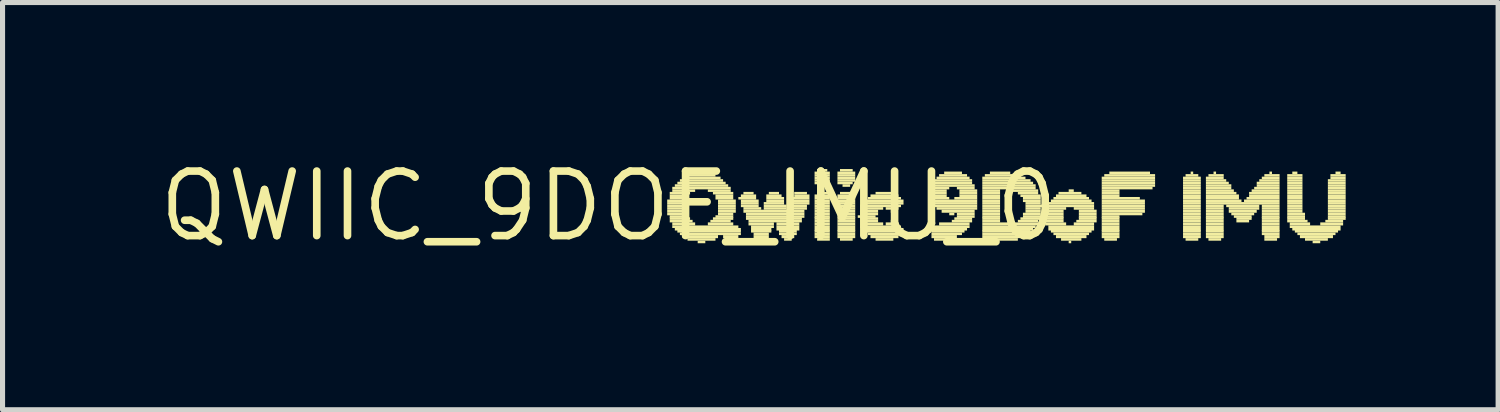
<source format=kicad_pcb>
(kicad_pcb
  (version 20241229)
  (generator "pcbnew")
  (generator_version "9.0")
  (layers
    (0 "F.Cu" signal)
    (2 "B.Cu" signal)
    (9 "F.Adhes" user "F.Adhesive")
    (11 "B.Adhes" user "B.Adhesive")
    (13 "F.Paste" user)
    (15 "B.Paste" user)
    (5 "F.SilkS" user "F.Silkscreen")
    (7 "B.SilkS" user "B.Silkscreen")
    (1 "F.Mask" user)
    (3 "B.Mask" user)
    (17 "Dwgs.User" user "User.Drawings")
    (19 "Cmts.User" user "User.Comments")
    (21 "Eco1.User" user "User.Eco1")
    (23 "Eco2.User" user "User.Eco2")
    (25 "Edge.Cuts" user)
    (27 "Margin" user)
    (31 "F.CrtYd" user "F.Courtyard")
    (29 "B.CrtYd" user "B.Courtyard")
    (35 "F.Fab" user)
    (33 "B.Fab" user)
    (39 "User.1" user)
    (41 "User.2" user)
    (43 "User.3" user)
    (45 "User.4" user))
  (footprint "QWIIC_9DOF_IMU_0"
    (layer "F.Cu")
    (at 8.928 1.006)
    (property "Reference" "QWIIC_9DOF_IMU_0" (at 0 0 0) (layer "F.SilkS") (effects (font (size 1.27 1.27) (thickness 0.15))))
    (fp_poly (pts (xy 1.15 -0.08) (xy 1.5 -0.08) (xy 1.5 -0.13) (xy 1.15 -0.13)) (stroke (width 0) (type solid)) (fill yes) (layer "F.SilkS"))
    (fp_poly (pts (xy 1.15 -0.03) (xy 1.5 -0.03) (xy 1.5 -0.08) (xy 1.15 -0.08)) (stroke (width 0) (type solid)) (fill yes) (layer "F.SilkS"))
    (fp_poly (pts (xy 1.15 0.02) (xy 1.5 0.02) (xy 1.5 -0.03) (xy 1.15 -0.03)) (stroke (width 0) (type solid)) (fill yes) (layer "F.SilkS"))
    (fp_poly (pts (xy 1.15 0.07) (xy 1.5 0.07) (xy 1.5 0.02) (xy 1.15 0.02)) (stroke (width 0) (type solid)) (fill yes) (layer "F.SilkS"))
    (fp_poly (pts (xy 1.15 0.13) (xy 1.5 0.13) (xy 1.5 0.07) (xy 1.15 0.07)) (stroke (width 0) (type solid)) (fill yes) (layer "F.SilkS"))
    (fp_poly (pts (xy 1.15 0.18) (xy 1.5 0.18) (xy 1.5 0.13) (xy 1.15 0.13)) (stroke (width 0) (type solid)) (fill yes) (layer "F.SilkS"))
    (fp_poly (pts (xy 1.2 -0.23) (xy 1.6 -0.23) (xy 1.6 -0.28) (xy 1.2 -0.28)) (stroke (width 0) (type solid)) (fill yes) (layer "F.SilkS"))
    (fp_poly (pts (xy 1.2 -0.18) (xy 1.55 -0.18) (xy 1.55 -0.23) (xy 1.2 -0.23)) (stroke (width 0) (type solid)) (fill yes) (layer "F.SilkS"))
    (fp_poly (pts (xy 1.2 -0.13) (xy 1.55 -0.13) (xy 1.55 -0.18) (xy 1.2 -0.18)) (stroke (width 0) (type solid)) (fill yes) (layer "F.SilkS"))
    (fp_poly (pts (xy 1.2 0.23) (xy 1.55 0.23) (xy 1.55 0.18) (xy 1.2 0.18)) (stroke (width 0) (type solid)) (fill yes) (layer "F.SilkS"))
    (fp_poly (pts (xy 1.2 0.27) (xy 1.6 0.27) (xy 1.6 0.22) (xy 1.2 0.22)) (stroke (width 0) (type solid)) (fill yes) (layer "F.SilkS"))
    (fp_poly (pts (xy 1.2 0.32) (xy 1.65 0.32) (xy 1.65 0.27) (xy 1.2 0.27)) (stroke (width 0) (type solid)) (fill yes) (layer "F.SilkS"))
    (fp_poly (pts (xy 1.25 -0.33) (xy 2.4 -0.33) (xy 2.4 -0.38) (xy 1.25 -0.38)) (stroke (width 0) (type solid)) (fill yes) (layer "F.SilkS"))
    (fp_poly (pts (xy 1.25 -0.28) (xy 1.7 -0.28) (xy 1.7 -0.33) (xy 1.25 -0.33)) (stroke (width 0) (type solid)) (fill yes) (layer "F.SilkS"))
    (fp_poly (pts (xy 1.25 0.38) (xy 1.7 0.38) (xy 1.7 0.32) (xy 1.25 0.32)) (stroke (width 0) (type solid)) (fill yes) (layer "F.SilkS"))
    (fp_poly (pts (xy 1.25 0.43) (xy 2.55 0.43) (xy 2.55 0.38) (xy 1.25 0.38)) (stroke (width 0) (type solid)) (fill yes) (layer "F.SilkS"))
    (fp_poly (pts (xy 1.3 -0.38) (xy 2.35 -0.38) (xy 2.35 -0.43) (xy 1.3 -0.43)) (stroke (width 0) (type solid)) (fill yes) (layer "F.SilkS"))
    (fp_poly (pts (xy 1.3 0.48) (xy 2.6 0.48) (xy 2.6 0.43) (xy 1.3 0.43)) (stroke (width 0) (type solid)) (fill yes) (layer "F.SilkS"))
    (fp_poly (pts (xy 1.35 -0.43) (xy 2.3 -0.43) (xy 2.3 -0.48) (xy 1.35 -0.48)) (stroke (width 0) (type solid)) (fill yes) (layer "F.SilkS"))
    (fp_poly (pts (xy 1.35 0.52) (xy 2.6 0.52) (xy 2.6 0.47) (xy 1.35 0.47)) (stroke (width 0) (type solid)) (fill yes) (layer "F.SilkS"))
    (fp_poly (pts (xy 1.4 -0.48) (xy 2.25 -0.48) (xy 2.25 -0.53) (xy 1.4 -0.53)) (stroke (width 0) (type solid)) (fill yes) (layer "F.SilkS"))
    (fp_poly (pts (xy 1.4 0.57) (xy 2.6 0.57) (xy 2.6 0.52) (xy 1.4 0.52)) (stroke (width 0) (type solid)) (fill yes) (layer "F.SilkS"))
    (fp_poly (pts (xy 1.45 -0.53) (xy 2.2 -0.53) (xy 2.2 -0.58) (xy 1.45 -0.58)) (stroke (width 0) (type solid)) (fill yes) (layer "F.SilkS"))
    (fp_poly (pts (xy 1.45 0.63) (xy 2.15 0.63) (xy 2.15 0.57) (xy 1.45 0.57)) (stroke (width 0) (type solid)) (fill yes) (layer "F.SilkS"))
    (fp_poly (pts (xy 1.55 -0.58) (xy 2.1 -0.58) (xy 2.1 -0.63) (xy 1.55 -0.63)) (stroke (width 0) (type solid)) (fill yes) (layer "F.SilkS"))
    (fp_poly (pts (xy 1.55 0.68) (xy 2.1 0.68) (xy 2.1 0.63) (xy 1.55 0.63)) (stroke (width 0) (type solid)) (fill yes) (layer "F.SilkS"))
    (fp_poly (pts (xy 1.65 -0.63) (xy 1.95 -0.63) (xy 1.95 -0.68) (xy 1.65 -0.68)) (stroke (width 0) (type solid)) (fill yes) (layer "F.SilkS"))
    (fp_poly (pts (xy 1.75 0.73) (xy 1.9 0.73) (xy 1.9 0.68) (xy 1.75 0.68)) (stroke (width 0) (type solid)) (fill yes) (layer "F.SilkS"))
    (fp_poly (pts (xy 1.95 -0.28) (xy 2.4 -0.28) (xy 2.4 -0.33) (xy 1.95 -0.33)) (stroke (width 0) (type solid)) (fill yes) (layer "F.SilkS"))
    (fp_poly (pts (xy 1.95 0.38) (xy 2.45 0.38) (xy 2.45 0.32) (xy 1.95 0.32)) (stroke (width 0) (type solid)) (fill yes) (layer "F.SilkS"))
    (fp_poly (pts (xy 2 0.32) (xy 2.4 0.32) (xy 2.4 0.27) (xy 2 0.27)) (stroke (width 0) (type solid)) (fill yes) (layer "F.SilkS"))
    (fp_poly (pts (xy 2.05 -0.23) (xy 2.45 -0.23) (xy 2.45 -0.28) (xy 2.05 -0.28)) (stroke (width 0) (type solid)) (fill yes) (layer "F.SilkS"))
    (fp_poly (pts (xy 2.05 0.27) (xy 2.45 0.27) (xy 2.45 0.22) (xy 2.05 0.22)) (stroke (width 0) (type solid)) (fill yes) (layer "F.SilkS"))
    (fp_poly (pts (xy 2.1 -0.18) (xy 2.45 -0.18) (xy 2.45 -0.23) (xy 2.1 -0.23)) (stroke (width 0) (type solid)) (fill yes) (layer "F.SilkS"))
    (fp_poly (pts (xy 2.1 -0.13) (xy 2.45 -0.13) (xy 2.45 -0.18) (xy 2.1 -0.18)) (stroke (width 0) (type solid)) (fill yes) (layer "F.SilkS"))
    (fp_poly (pts (xy 2.1 0.23) (xy 2.45 0.23) (xy 2.45 0.18) (xy 2.1 0.18)) (stroke (width 0) (type solid)) (fill yes) (layer "F.SilkS"))
    (fp_poly (pts (xy 2.15 -0.08) (xy 2.5 -0.08) (xy 2.5 -0.13) (xy 2.15 -0.13)) (stroke (width 0) (type solid)) (fill yes) (layer "F.SilkS"))
    (fp_poly (pts (xy 2.15 -0.03) (xy 2.5 -0.03) (xy 2.5 -0.08) (xy 2.15 -0.08)) (stroke (width 0) (type solid)) (fill yes) (layer "F.SilkS"))
    (fp_poly (pts (xy 2.15 0.02) (xy 2.5 0.02) (xy 2.5 -0.03) (xy 2.15 -0.03)) (stroke (width 0) (type solid)) (fill yes) (layer "F.SilkS"))
    (fp_poly (pts (xy 2.15 0.07) (xy 2.5 0.07) (xy 2.5 0.02) (xy 2.15 0.02)) (stroke (width 0) (type solid)) (fill yes) (layer "F.SilkS"))
    (fp_poly (pts (xy 2.15 0.13) (xy 2.5 0.13) (xy 2.5 0.07) (xy 2.15 0.07)) (stroke (width 0) (type solid)) (fill yes) (layer "F.SilkS"))
    (fp_poly (pts (xy 2.15 0.18) (xy 2.45 0.18) (xy 2.45 0.13) (xy 2.15 0.13)) (stroke (width 0) (type solid)) (fill yes) (layer "F.SilkS"))
    (fp_poly (pts (xy 2.25 0.63) (xy 2.55 0.63) (xy 2.55 0.57) (xy 2.25 0.57)) (stroke (width 0) (type solid)) (fill yes) (layer "F.SilkS"))
    (fp_poly (pts (xy 2.3 0.68) (xy 2.5 0.68) (xy 2.5 0.63) (xy 2.3 0.63)) (stroke (width 0) (type solid)) (fill yes) (layer "F.SilkS"))
    (fp_poly (pts (xy 2.55 -0.13) (xy 2.9 -0.13) (xy 2.9 -0.18) (xy 2.55 -0.18)) (stroke (width 0) (type solid)) (fill yes) (layer "F.SilkS"))
    (fp_poly (pts (xy 2.6 -0.18) (xy 2.9 -0.18) (xy 2.9 -0.23) (xy 2.6 -0.23)) (stroke (width 0) (type solid)) (fill yes) (layer "F.SilkS"))
    (fp_poly (pts (xy 2.6 -0.08) (xy 2.95 -0.08) (xy 2.95 -0.13) (xy 2.6 -0.13)) (stroke (width 0) (type solid)) (fill yes) (layer "F.SilkS"))
    (fp_poly (pts (xy 2.6 -0.03) (xy 2.95 -0.03) (xy 2.95 -0.08) (xy 2.6 -0.08)) (stroke (width 0) (type solid)) (fill yes) (layer "F.SilkS"))
    (fp_poly (pts (xy 2.6 0.02) (xy 2.95 0.02) (xy 2.95 -0.03) (xy 2.6 -0.03)) (stroke (width 0) (type solid)) (fill yes) (layer "F.SilkS"))
    (fp_poly (pts (xy 2.65 -0.23) (xy 2.85 -0.23) (xy 2.85 -0.28) (xy 2.65 -0.28)) (stroke (width 0) (type solid)) (fill yes) (layer "F.SilkS"))
    (fp_poly (pts (xy 2.65 0.07) (xy 3 0.07) (xy 3 0.02) (xy 2.65 0.02)) (stroke (width 0) (type solid)) (fill yes) (layer "F.SilkS"))
    (fp_poly (pts (xy 2.65 0.13) (xy 3.85 0.13) (xy 3.85 0.07) (xy 2.65 0.07)) (stroke (width 0) (type solid)) (fill yes) (layer "F.SilkS"))
    (fp_poly (pts (xy 2.7 0.18) (xy 3.85 0.18) (xy 3.85 0.13) (xy 2.7 0.13)) (stroke (width 0) (type solid)) (fill yes) (layer "F.SilkS"))
    (fp_poly (pts (xy 2.7 0.23) (xy 3.85 0.23) (xy 3.85 0.18) (xy 2.7 0.18)) (stroke (width 0) (type solid)) (fill yes) (layer "F.SilkS"))
    (fp_poly (pts (xy 2.7 0.27) (xy 3.8 0.27) (xy 3.8 0.22) (xy 2.7 0.22)) (stroke (width 0) (type solid)) (fill yes) (layer "F.SilkS"))
    (fp_poly (pts (xy 2.75 0.32) (xy 3.8 0.32) (xy 3.8 0.27) (xy 2.75 0.27)) (stroke (width 0) (type solid)) (fill yes) (layer "F.SilkS"))
    (fp_poly (pts (xy 2.75 0.38) (xy 3.25 0.38) (xy 3.25 0.32) (xy 2.75 0.32)) (stroke (width 0) (type solid)) (fill yes) (layer "F.SilkS"))
    (fp_poly (pts (xy 2.8 0.43) (xy 3.25 0.43) (xy 3.25 0.38) (xy 2.8 0.38)) (stroke (width 0) (type solid)) (fill yes) (layer "F.SilkS"))
    (fp_poly (pts (xy 2.8 0.48) (xy 3.2 0.48) (xy 3.2 0.43) (xy 2.8 0.43)) (stroke (width 0) (type solid)) (fill yes) (layer "F.SilkS"))
    (fp_poly (pts (xy 2.8 0.52) (xy 3.2 0.52) (xy 3.2 0.47) (xy 2.8 0.47)) (stroke (width 0) (type solid)) (fill yes) (layer "F.SilkS"))
    (fp_poly (pts (xy 2.85 0.57) (xy 3.15 0.57) (xy 3.15 0.52) (xy 2.85 0.52)) (stroke (width 0) (type solid)) (fill yes) (layer "F.SilkS"))
    (fp_poly (pts (xy 2.85 0.63) (xy 3.15 0.63) (xy 3.15 0.57) (xy 2.85 0.57)) (stroke (width 0) (type solid)) (fill yes) (layer "F.SilkS"))
    (fp_poly (pts (xy 2.9 0.68) (xy 3.1 0.68) (xy 3.1 0.63) (xy 2.9 0.63)) (stroke (width 0) (type solid)) (fill yes) (layer "F.SilkS"))
    (fp_poly (pts (xy 3.05 -0.03) (xy 3.45 -0.03) (xy 3.45 -0.08) (xy 3.05 -0.08)) (stroke (width 0) (type solid)) (fill yes) (layer "F.SilkS"))
    (fp_poly (pts (xy 3.05 0.02) (xy 3.5 0.02) (xy 3.5 -0.03) (xy 3.05 -0.03)) (stroke (width 0) (type solid)) (fill yes) (layer "F.SilkS"))
    (fp_poly (pts (xy 3.05 0.07) (xy 3.5 0.07) (xy 3.5 0.02) (xy 3.05 0.02)) (stroke (width 0) (type solid)) (fill yes) (layer "F.SilkS"))
    (fp_poly (pts (xy 3.1 -0.18) (xy 3.4 -0.18) (xy 3.4 -0.23) (xy 3.1 -0.23)) (stroke (width 0) (type solid)) (fill yes) (layer "F.SilkS"))
    (fp_poly (pts (xy 3.1 -0.13) (xy 3.45 -0.13) (xy 3.45 -0.18) (xy 3.1 -0.18)) (stroke (width 0) (type solid)) (fill yes) (layer "F.SilkS"))
    (fp_poly (pts (xy 3.1 -0.08) (xy 3.45 -0.08) (xy 3.45 -0.13) (xy 3.1 -0.13)) (stroke (width 0) (type solid)) (fill yes) (layer "F.SilkS"))
    (fp_poly (pts (xy 3.15 -0.23) (xy 3.35 -0.23) (xy 3.35 -0.28) (xy 3.15 -0.28)) (stroke (width 0) (type solid)) (fill yes) (layer "F.SilkS"))
    (fp_poly (pts (xy 3.3 0.38) (xy 3.75 0.38) (xy 3.75 0.32) (xy 3.3 0.32)) (stroke (width 0) (type solid)) (fill yes) (layer "F.SilkS"))
    (fp_poly (pts (xy 3.3 0.43) (xy 3.75 0.43) (xy 3.75 0.38) (xy 3.3 0.38)) (stroke (width 0) (type solid)) (fill yes) (layer "F.SilkS"))
    (fp_poly (pts (xy 3.3 0.48) (xy 3.75 0.48) (xy 3.75 0.43) (xy 3.3 0.43)) (stroke (width 0) (type solid)) (fill yes) (layer "F.SilkS"))
    (fp_poly (pts (xy 3.35 0.52) (xy 3.7 0.52) (xy 3.7 0.47) (xy 3.35 0.47)) (stroke (width 0) (type solid)) (fill yes) (layer "F.SilkS"))
    (fp_poly (pts (xy 3.35 0.57) (xy 3.7 0.57) (xy 3.7 0.52) (xy 3.35 0.52)) (stroke (width 0) (type solid)) (fill yes) (layer "F.SilkS"))
    (fp_poly (pts (xy 3.4 0.63) (xy 3.65 0.63) (xy 3.65 0.57) (xy 3.4 0.57)) (stroke (width 0) (type solid)) (fill yes) (layer "F.SilkS"))
    (fp_poly (pts (xy 3.45 0.68) (xy 3.6 0.68) (xy 3.6 0.63) (xy 3.45 0.63)) (stroke (width 0) (type solid)) (fill yes) (layer "F.SilkS"))
    (fp_poly (pts (xy 3.55 0.02) (xy 3.9 0.02) (xy 3.9 -0.03) (xy 3.55 -0.03)) (stroke (width 0) (type solid)) (fill yes) (layer "F.SilkS"))
    (fp_poly (pts (xy 3.55 0.07) (xy 3.9 0.07) (xy 3.9 0.02) (xy 3.55 0.02)) (stroke (width 0) (type solid)) (fill yes) (layer "F.SilkS"))
    (fp_poly (pts (xy 3.6 -0.13) (xy 3.95 -0.13) (xy 3.95 -0.18) (xy 3.6 -0.18)) (stroke (width 0) (type solid)) (fill yes) (layer "F.SilkS"))
    (fp_poly (pts (xy 3.6 -0.08) (xy 3.95 -0.08) (xy 3.95 -0.13) (xy 3.6 -0.13)) (stroke (width 0) (type solid)) (fill yes) (layer "F.SilkS"))
    (fp_poly (pts (xy 3.6 -0.03) (xy 3.95 -0.03) (xy 3.95 -0.08) (xy 3.6 -0.08)) (stroke (width 0) (type solid)) (fill yes) (layer "F.SilkS"))
    (fp_poly (pts (xy 3.65 -0.23) (xy 3.9 -0.23) (xy 3.9 -0.28) (xy 3.65 -0.28)) (stroke (width 0) (type solid)) (fill yes) (layer "F.SilkS"))
    (fp_poly (pts (xy 3.65 -0.18) (xy 3.95 -0.18) (xy 3.95 -0.23) (xy 3.65 -0.23)) (stroke (width 0) (type solid)) (fill yes) (layer "F.SilkS"))
    (fp_poly (pts (xy 4.05 -0.63) (xy 4.35 -0.63) (xy 4.35 -0.68) (xy 4.05 -0.68)) (stroke (width 0) (type solid)) (fill yes) (layer "F.SilkS"))
    (fp_poly (pts (xy 4.05 -0.58) (xy 4.35 -0.58) (xy 4.35 -0.63) (xy 4.05 -0.63)) (stroke (width 0) (type solid)) (fill yes) (layer "F.SilkS"))
    (fp_poly (pts (xy 4.05 -0.53) (xy 4.35 -0.53) (xy 4.35 -0.58) (xy 4.05 -0.58)) (stroke (width 0) (type solid)) (fill yes) (layer "F.SilkS"))
    (fp_poly (pts (xy 4.05 -0.48) (xy 4.35 -0.48) (xy 4.35 -0.53) (xy 4.05 -0.53)) (stroke (width 0) (type solid)) (fill yes) (layer "F.SilkS"))
    (fp_poly (pts (xy 4.05 -0.43) (xy 4.35 -0.43) (xy 4.35 -0.48) (xy 4.05 -0.48)) (stroke (width 0) (type solid)) (fill yes) (layer "F.SilkS"))
    (fp_poly (pts (xy 4.05 -0.18) (xy 4.35 -0.18) (xy 4.35 -0.23) (xy 4.05 -0.23)) (stroke (width 0) (type solid)) (fill yes) (layer "F.SilkS"))
    (fp_poly (pts (xy 4.05 -0.13) (xy 4.35 -0.13) (xy 4.35 -0.18) (xy 4.05 -0.18)) (stroke (width 0) (type solid)) (fill yes) (layer "F.SilkS"))
    (fp_poly (pts (xy 4.05 -0.08) (xy 4.35 -0.08) (xy 4.35 -0.13) (xy 4.05 -0.13)) (stroke (width 0) (type solid)) (fill yes) (layer "F.SilkS"))
    (fp_poly (pts (xy 4.05 -0.03) (xy 4.35 -0.03) (xy 4.35 -0.08) (xy 4.05 -0.08)) (stroke (width 0) (type solid)) (fill yes) (layer "F.SilkS"))
    (fp_poly (pts (xy 4.05 0.02) (xy 4.35 0.02) (xy 4.35 -0.03) (xy 4.05 -0.03)) (stroke (width 0) (type solid)) (fill yes) (layer "F.SilkS"))
    (fp_poly (pts (xy 4.05 0.07) (xy 4.35 0.07) (xy 4.35 0.02) (xy 4.05 0.02)) (stroke (width 0) (type solid)) (fill yes) (layer "F.SilkS"))
    (fp_poly (pts (xy 4.05 0.13) (xy 4.35 0.13) (xy 4.35 0.07) (xy 4.05 0.07)) (stroke (width 0) (type solid)) (fill yes) (layer "F.SilkS"))
    (fp_poly (pts (xy 4.05 0.18) (xy 4.35 0.18) (xy 4.35 0.13) (xy 4.05 0.13)) (stroke (width 0) (type solid)) (fill yes) (layer "F.SilkS"))
    (fp_poly (pts (xy 4.05 0.23) (xy 4.35 0.23) (xy 4.35 0.18) (xy 4.05 0.18)) (stroke (width 0) (type solid)) (fill yes) (layer "F.SilkS"))
    (fp_poly (pts (xy 4.05 0.27) (xy 4.35 0.27) (xy 4.35 0.22) (xy 4.05 0.22)) (stroke (width 0) (type solid)) (fill yes) (layer "F.SilkS"))
    (fp_poly (pts (xy 4.05 0.32) (xy 4.35 0.32) (xy 4.35 0.27) (xy 4.05 0.27)) (stroke (width 0) (type solid)) (fill yes) (layer "F.SilkS"))
    (fp_poly (pts (xy 4.05 0.38) (xy 4.35 0.38) (xy 4.35 0.32) (xy 4.05 0.32)) (stroke (width 0) (type solid)) (fill yes) (layer "F.SilkS"))
    (fp_poly (pts (xy 4.05 0.43) (xy 4.35 0.43) (xy 4.35 0.38) (xy 4.05 0.38)) (stroke (width 0) (type solid)) (fill yes) (layer "F.SilkS"))
    (fp_poly (pts (xy 4.05 0.48) (xy 4.35 0.48) (xy 4.35 0.43) (xy 4.05 0.43)) (stroke (width 0) (type solid)) (fill yes) (layer "F.SilkS"))
    (fp_poly (pts (xy 4.05 0.52) (xy 4.35 0.52) (xy 4.35 0.47) (xy 4.05 0.47)) (stroke (width 0) (type solid)) (fill yes) (layer "F.SilkS"))
    (fp_poly (pts (xy 4.05 0.57) (xy 4.35 0.57) (xy 4.35 0.52) (xy 4.05 0.52)) (stroke (width 0) (type solid)) (fill yes) (layer "F.SilkS"))
    (fp_poly (pts (xy 4.05 0.63) (xy 4.35 0.63) (xy 4.35 0.57) (xy 4.05 0.57)) (stroke (width 0) (type solid)) (fill yes) (layer "F.SilkS"))
    (fp_poly (pts (xy 4.1 -0.68) (xy 4.3 -0.68) (xy 4.3 -0.73) (xy 4.1 -0.73)) (stroke (width 0) (type solid)) (fill yes) (layer "F.SilkS"))
    (fp_poly (pts (xy 4.1 -0.23) (xy 4.35 -0.23) (xy 4.35 -0.28) (xy 4.1 -0.28)) (stroke (width 0) (type solid)) (fill yes) (layer "F.SilkS"))
    (fp_poly (pts (xy 4.1 0.68) (xy 4.35 0.68) (xy 4.35 0.63) (xy 4.1 0.63)) (stroke (width 0) (type solid)) (fill yes) (layer "F.SilkS"))
    (fp_poly (pts (xy 4.15 -0.38) (xy 4.25 -0.38) (xy 4.25 -0.43) (xy 4.15 -0.43)) (stroke (width 0) (type solid)) (fill yes) (layer "F.SilkS"))
    (fp_poly (pts (xy 4.5 -0.63) (xy 4.85 -0.63) (xy 4.85 -0.68) (xy 4.5 -0.68)) (stroke (width 0) (type solid)) (fill yes) (layer "F.SilkS"))
    (fp_poly (pts (xy 4.5 -0.58) (xy 4.85 -0.58) (xy 4.85 -0.63) (xy 4.5 -0.63)) (stroke (width 0) (type solid)) (fill yes) (layer "F.SilkS"))
    (fp_poly (pts (xy 4.5 -0.53) (xy 4.85 -0.53) (xy 4.85 -0.58) (xy 4.5 -0.58)) (stroke (width 0) (type solid)) (fill yes) (layer "F.SilkS"))
    (fp_poly (pts (xy 4.5 -0.48) (xy 4.85 -0.48) (xy 4.85 -0.53) (xy 4.5 -0.53)) (stroke (width 0) (type solid)) (fill yes) (layer "F.SilkS"))
    (fp_poly (pts (xy 4.5 -0.43) (xy 4.8 -0.43) (xy 4.8 -0.48) (xy 4.5 -0.48)) (stroke (width 0) (type solid)) (fill yes) (layer "F.SilkS"))
    (fp_poly (pts (xy 4.5 -0.18) (xy 4.85 -0.18) (xy 4.85 -0.23) (xy 4.5 -0.23)) (stroke (width 0) (type solid)) (fill yes) (layer "F.SilkS"))
    (fp_poly (pts (xy 4.5 -0.13) (xy 4.85 -0.13) (xy 4.85 -0.18) (xy 4.5 -0.18)) (stroke (width 0) (type solid)) (fill yes) (layer "F.SilkS"))
    (fp_poly (pts (xy 4.5 -0.08) (xy 4.85 -0.08) (xy 4.85 -0.13) (xy 4.5 -0.13)) (stroke (width 0) (type solid)) (fill yes) (layer "F.SilkS"))
    (fp_poly (pts (xy 4.5 -0.03) (xy 4.85 -0.03) (xy 4.85 -0.08) (xy 4.5 -0.08)) (stroke (width 0) (type solid)) (fill yes) (layer "F.SilkS"))
    (fp_poly (pts (xy 4.5 0.02) (xy 4.85 0.02) (xy 4.85 -0.03) (xy 4.5 -0.03)) (stroke (width 0) (type solid)) (fill yes) (layer "F.SilkS"))
    (fp_poly (pts (xy 4.5 0.07) (xy 4.85 0.07) (xy 4.85 0.02) (xy 4.5 0.02)) (stroke (width 0) (type solid)) (fill yes) (layer "F.SilkS"))
    (fp_poly (pts (xy 4.5 0.13) (xy 4.85 0.13) (xy 4.85 0.07) (xy 4.5 0.07)) (stroke (width 0) (type solid)) (fill yes) (layer "F.SilkS"))
    (fp_poly (pts (xy 4.5 0.18) (xy 4.85 0.18) (xy 4.85 0.13) (xy 4.5 0.13)) (stroke (width 0) (type solid)) (fill yes) (layer "F.SilkS"))
    (fp_poly (pts (xy 4.5 0.23) (xy 4.85 0.23) (xy 4.85 0.18) (xy 4.5 0.18)) (stroke (width 0) (type solid)) (fill yes) (layer "F.SilkS"))
    (fp_poly (pts (xy 4.5 0.27) (xy 4.85 0.27) (xy 4.85 0.22) (xy 4.5 0.22)) (stroke (width 0) (type solid)) (fill yes) (layer "F.SilkS"))
    (fp_poly (pts (xy 4.5 0.32) (xy 4.85 0.32) (xy 4.85 0.27) (xy 4.5 0.27)) (stroke (width 0) (type solid)) (fill yes) (layer "F.SilkS"))
    (fp_poly (pts (xy 4.5 0.38) (xy 4.85 0.38) (xy 4.85 0.32) (xy 4.5 0.32)) (stroke (width 0) (type solid)) (fill yes) (layer "F.SilkS"))
    (fp_poly (pts (xy 4.5 0.43) (xy 4.85 0.43) (xy 4.85 0.38) (xy 4.5 0.38)) (stroke (width 0) (type solid)) (fill yes) (layer "F.SilkS"))
    (fp_poly (pts (xy 4.5 0.48) (xy 4.85 0.48) (xy 4.85 0.43) (xy 4.5 0.43)) (stroke (width 0) (type solid)) (fill yes) (layer "F.SilkS"))
    (fp_poly (pts (xy 4.5 0.52) (xy 4.85 0.52) (xy 4.85 0.47) (xy 4.5 0.47)) (stroke (width 0) (type solid)) (fill yes) (layer "F.SilkS"))
    (fp_poly (pts (xy 4.5 0.57) (xy 4.85 0.57) (xy 4.85 0.52) (xy 4.5 0.52)) (stroke (width 0) (type solid)) (fill yes) (layer "F.SilkS"))
    (fp_poly (pts (xy 4.5 0.63) (xy 4.85 0.63) (xy 4.85 0.57) (xy 4.5 0.57)) (stroke (width 0) (type solid)) (fill yes) (layer "F.SilkS"))
    (fp_poly (pts (xy 4.55 -0.68) (xy 4.8 -0.68) (xy 4.8 -0.73) (xy 4.55 -0.73)) (stroke (width 0) (type solid)) (fill yes) (layer "F.SilkS"))
    (fp_poly (pts (xy 4.55 -0.23) (xy 4.8 -0.23) (xy 4.8 -0.28) (xy 4.55 -0.28)) (stroke (width 0) (type solid)) (fill yes) (layer "F.SilkS"))
    (fp_poly (pts (xy 4.55 0.68) (xy 4.8 0.68) (xy 4.8 0.63) (xy 4.55 0.63)) (stroke (width 0) (type solid)) (fill yes) (layer "F.SilkS"))
    (fp_poly (pts (xy 4.6 -0.38) (xy 4.75 -0.38) (xy 4.75 -0.43) (xy 4.6 -0.43)) (stroke (width 0) (type solid)) (fill yes) (layer "F.SilkS"))
    (fp_poly (pts (xy 4.9 0.23) (xy 5.25 0.23) (xy 5.25 0.18) (xy 4.9 0.18)) (stroke (width 0) (type solid)) (fill yes) (layer "F.SilkS"))
    (fp_poly (pts (xy 4.95 0.02) (xy 5.75 0.02) (xy 5.75 -0.03) (xy 4.95 -0.03)) (stroke (width 0) (type solid)) (fill yes) (layer "F.SilkS"))
    (fp_poly (pts (xy 4.95 0.07) (xy 5.4 0.07) (xy 5.4 0.02) (xy 4.95 0.02)) (stroke (width 0) (type solid)) (fill yes) (layer "F.SilkS"))
    (fp_poly (pts (xy 4.95 0.13) (xy 5.3 0.13) (xy 5.3 0.07) (xy 4.95 0.07)) (stroke (width 0) (type solid)) (fill yes) (layer "F.SilkS"))
    (fp_poly (pts (xy 4.95 0.18) (xy 5.3 0.18) (xy 5.3 0.13) (xy 4.95 0.13)) (stroke (width 0) (type solid)) (fill yes) (layer "F.SilkS"))
    (fp_poly (pts (xy 4.95 0.27) (xy 5.3 0.27) (xy 5.3 0.22) (xy 4.95 0.22)) (stroke (width 0) (type solid)) (fill yes) (layer "F.SilkS"))
    (fp_poly (pts (xy 4.95 0.32) (xy 5.3 0.32) (xy 5.3 0.27) (xy 4.95 0.27)) (stroke (width 0) (type solid)) (fill yes) (layer "F.SilkS"))
    (fp_poly (pts (xy 4.95 0.38) (xy 5.4 0.38) (xy 5.4 0.32) (xy 4.95 0.32)) (stroke (width 0) (type solid)) (fill yes) (layer "F.SilkS"))
    (fp_poly (pts (xy 4.95 0.43) (xy 5.75 0.43) (xy 5.75 0.38) (xy 4.95 0.38)) (stroke (width 0) (type solid)) (fill yes) (layer "F.SilkS"))
    (fp_poly (pts (xy 5 -0.03) (xy 5.8 -0.03) (xy 5.8 -0.08) (xy 5 -0.08)) (stroke (width 0) (type solid)) (fill yes) (layer "F.SilkS"))
    (fp_poly (pts (xy 5 0.48) (xy 5.8 0.48) (xy 5.8 0.43) (xy 5 0.43)) (stroke (width 0) (type solid)) (fill yes) (layer "F.SilkS"))
    (fp_poly (pts (xy 5.05 -0.08) (xy 5.8 -0.08) (xy 5.8 -0.13) (xy 5.05 -0.13)) (stroke (width 0) (type solid)) (fill yes) (layer "F.SilkS"))
    (fp_poly (pts (xy 5.05 0.52) (xy 5.8 0.52) (xy 5.8 0.47) (xy 5.05 0.47)) (stroke (width 0) (type solid)) (fill yes) (layer "F.SilkS"))
    (fp_poly (pts (xy 5.1 -0.13) (xy 5.75 -0.13) (xy 5.75 -0.18) (xy 5.1 -0.18)) (stroke (width 0) (type solid)) (fill yes) (layer "F.SilkS"))
    (fp_poly (pts (xy 5.1 0.57) (xy 5.75 0.57) (xy 5.75 0.52) (xy 5.1 0.52)) (stroke (width 0) (type solid)) (fill yes) (layer "F.SilkS"))
    (fp_poly (pts (xy 5.15 -0.18) (xy 5.7 -0.18) (xy 5.7 -0.23) (xy 5.15 -0.23)) (stroke (width 0) (type solid)) (fill yes) (layer "F.SilkS"))
    (fp_poly (pts (xy 5.15 0.63) (xy 5.7 0.63) (xy 5.7 0.57) (xy 5.15 0.57)) (stroke (width 0) (type solid)) (fill yes) (layer "F.SilkS"))
    (fp_poly (pts (xy 5.25 -0.23) (xy 5.6 -0.23) (xy 5.6 -0.28) (xy 5.25 -0.28)) (stroke (width 0) (type solid)) (fill yes) (layer "F.SilkS"))
    (fp_poly (pts (xy 5.25 0.68) (xy 5.6 0.68) (xy 5.6 0.63) (xy 5.25 0.63)) (stroke (width 0) (type solid)) (fill yes) (layer "F.SilkS"))
    (fp_poly (pts (xy 5.45 0.07) (xy 5.7 0.07) (xy 5.7 0.02) (xy 5.45 0.02)) (stroke (width 0) (type solid)) (fill yes) (layer "F.SilkS"))
    (fp_poly (pts (xy 5.45 0.38) (xy 5.7 0.38) (xy 5.7 0.32) (xy 5.45 0.32)) (stroke (width 0) (type solid)) (fill yes) (layer "F.SilkS"))
    (fp_poly (pts (xy 5.55 0.13) (xy 5.65 0.13) (xy 5.65 0.07) (xy 5.55 0.07)) (stroke (width 0) (type solid)) (fill yes) (layer "F.SilkS"))
    (fp_poly (pts (xy 5.55 0.32) (xy 5.65 0.32) (xy 5.65 0.27) (xy 5.55 0.27)) (stroke (width 0) (type solid)) (fill yes) (layer "F.SilkS"))
    (fp_poly (pts (xy 6.3 -0.28) (xy 6.65 -0.28) (xy 6.65 -0.33) (xy 6.3 -0.33)) (stroke (width 0) (type solid)) (fill yes) (layer "F.SilkS"))
    (fp_poly (pts (xy 6.3 -0.23) (xy 6.65 -0.23) (xy 6.65 -0.28) (xy 6.3 -0.28)) (stroke (width 0) (type solid)) (fill yes) (layer "F.SilkS"))
    (fp_poly (pts (xy 6.3 -0.18) (xy 6.65 -0.18) (xy 6.65 -0.23) (xy 6.3 -0.23)) (stroke (width 0) (type solid)) (fill yes) (layer "F.SilkS"))
    (fp_poly (pts (xy 6.3 -0.13) (xy 6.7 -0.13) (xy 6.7 -0.18) (xy 6.3 -0.18)) (stroke (width 0) (type solid)) (fill yes) (layer "F.SilkS"))
    (fp_poly (pts (xy 6.35 -0.43) (xy 7.15 -0.43) (xy 7.15 -0.48) (xy 6.35 -0.48)) (stroke (width 0) (type solid)) (fill yes) (layer "F.SilkS"))
    (fp_poly (pts (xy 6.35 -0.38) (xy 7.2 -0.38) (xy 7.2 -0.43) (xy 6.35 -0.43)) (stroke (width 0) (type solid)) (fill yes) (layer "F.SilkS"))
    (fp_poly (pts (xy 6.35 -0.33) (xy 6.7 -0.33) (xy 6.7 -0.38) (xy 6.35 -0.38)) (stroke (width 0) (type solid)) (fill yes) (layer "F.SilkS"))
    (fp_poly (pts (xy 6.35 -0.08) (xy 7.25 -0.08) (xy 7.25 -0.13) (xy 6.35 -0.13)) (stroke (width 0) (type solid)) (fill yes) (layer "F.SilkS"))
    (fp_poly (pts (xy 6.35 -0.03) (xy 7.25 -0.03) (xy 7.25 -0.08) (xy 6.35 -0.08)) (stroke (width 0) (type solid)) (fill yes) (layer "F.SilkS"))
    (fp_poly (pts (xy 6.35 0.43) (xy 7.1 0.43) (xy 7.1 0.38) (xy 6.35 0.38)) (stroke (width 0) (type solid)) (fill yes) (layer "F.SilkS"))
    (fp_poly (pts (xy 6.35 0.48) (xy 7.05 0.48) (xy 7.05 0.43) (xy 6.35 0.43)) (stroke (width 0) (type solid)) (fill yes) (layer "F.SilkS"))
    (fp_poly (pts (xy 6.35 0.52) (xy 7 0.52) (xy 7 0.47) (xy 6.35 0.47)) (stroke (width 0) (type solid)) (fill yes) (layer "F.SilkS"))
    (fp_poly (pts (xy 6.35 0.57) (xy 6.95 0.57) (xy 6.95 0.52) (xy 6.35 0.52)) (stroke (width 0) (type solid)) (fill yes) (layer "F.SilkS"))
    (fp_poly (pts (xy 6.35 0.63) (xy 6.85 0.63) (xy 6.85 0.57) (xy 6.35 0.57)) (stroke (width 0) (type solid)) (fill yes) (layer "F.SilkS"))
    (fp_poly (pts (xy 6.4 -0.48) (xy 7.15 -0.48) (xy 7.15 -0.53) (xy 6.4 -0.53)) (stroke (width 0) (type solid)) (fill yes) (layer "F.SilkS"))
    (fp_poly (pts (xy 6.4 0.02) (xy 7.25 0.02) (xy 7.25 -0.03) (xy 6.4 -0.03)) (stroke (width 0) (type solid)) (fill yes) (layer "F.SilkS"))
    (fp_poly (pts (xy 6.4 0.68) (xy 6.75 0.68) (xy 6.75 0.63) (xy 6.4 0.63)) (stroke (width 0) (type solid)) (fill yes) (layer "F.SilkS"))
    (fp_poly (pts (xy 6.45 -0.53) (xy 7.1 -0.53) (xy 7.1 -0.58) (xy 6.45 -0.58)) (stroke (width 0) (type solid)) (fill yes) (layer "F.SilkS"))
    (fp_poly (pts (xy 6.45 0.07) (xy 7.25 0.07) (xy 7.25 0.02) (xy 6.45 0.02)) (stroke (width 0) (type solid)) (fill yes) (layer "F.SilkS"))
    (fp_poly (pts (xy 6.5 -0.58) (xy 7.05 -0.58) (xy 7.05 -0.63) (xy 6.5 -0.63)) (stroke (width 0) (type solid)) (fill yes) (layer "F.SilkS"))
    (fp_poly (pts (xy 6.5 0.38) (xy 7.1 0.38) (xy 7.1 0.32) (xy 6.5 0.32)) (stroke (width 0) (type solid)) (fill yes) (layer "F.SilkS"))
    (fp_poly (pts (xy 6.55 0.13) (xy 7.2 0.13) (xy 7.2 0.07) (xy 6.55 0.07)) (stroke (width 0) (type solid)) (fill yes) (layer "F.SilkS"))
    (fp_poly (pts (xy 6.6 -0.63) (xy 6.95 -0.63) (xy 6.95 -0.68) (xy 6.6 -0.68)) (stroke (width 0) (type solid)) (fill yes) (layer "F.SilkS"))
    (fp_poly (pts (xy 6.7 0.18) (xy 6.8 0.18) (xy 6.8 0.13) (xy 6.7 0.13)) (stroke (width 0) (type solid)) (fill yes) (layer "F.SilkS"))
    (fp_poly (pts (xy 6.75 0.32) (xy 7.15 0.32) (xy 7.15 0.27) (xy 6.75 0.27)) (stroke (width 0) (type solid)) (fill yes) (layer "F.SilkS"))
    (fp_poly (pts (xy 6.8 -0.13) (xy 7.25 -0.13) (xy 7.25 -0.18) (xy 6.8 -0.18)) (stroke (width 0) (type solid)) (fill yes) (layer "F.SilkS"))
    (fp_poly (pts (xy 6.8 0.27) (xy 7.15 0.27) (xy 7.15 0.22) (xy 6.8 0.22)) (stroke (width 0) (type solid)) (fill yes) (layer "F.SilkS"))
    (fp_poly (pts (xy 6.85 -0.33) (xy 7.2 -0.33) (xy 7.2 -0.38) (xy 6.85 -0.38)) (stroke (width 0) (type solid)) (fill yes) (layer "F.SilkS"))
    (fp_poly (pts (xy 6.85 0.18) (xy 7.2 0.18) (xy 7.2 0.13) (xy 6.85 0.13)) (stroke (width 0) (type solid)) (fill yes) (layer "F.SilkS"))
    (fp_poly (pts (xy 6.85 0.23) (xy 7.2 0.23) (xy 7.2 0.18) (xy 6.85 0.18)) (stroke (width 0) (type solid)) (fill yes) (layer "F.SilkS"))
    (fp_poly (pts (xy 6.9 -0.28) (xy 7.25 -0.28) (xy 7.25 -0.33) (xy 6.9 -0.33)) (stroke (width 0) (type solid)) (fill yes) (layer "F.SilkS"))
    (fp_poly (pts (xy 6.9 -0.23) (xy 7.25 -0.23) (xy 7.25 -0.28) (xy 6.9 -0.28)) (stroke (width 0) (type solid)) (fill yes) (layer "F.SilkS"))
    (fp_poly (pts (xy 6.9 -0.18) (xy 7.25 -0.18) (xy 7.25 -0.23) (xy 6.9 -0.23)) (stroke (width 0) (type solid)) (fill yes) (layer "F.SilkS"))
    (fp_poly (pts (xy 7.35 -0.53) (xy 8.2 -0.53) (xy 8.2 -0.58) (xy 7.35 -0.58)) (stroke (width 0) (type solid)) (fill yes) (layer "F.SilkS"))
    (fp_poly (pts (xy 7.35 -0.48) (xy 8.3 -0.48) (xy 8.3 -0.53) (xy 7.35 -0.53)) (stroke (width 0) (type solid)) (fill yes) (layer "F.SilkS"))
    (fp_poly (pts (xy 7.35 -0.43) (xy 8.35 -0.43) (xy 8.35 -0.48) (xy 7.35 -0.48)) (stroke (width 0) (type solid)) (fill yes) (layer "F.SilkS"))
    (fp_poly (pts (xy 7.35 -0.38) (xy 8.4 -0.38) (xy 8.4 -0.43) (xy 7.35 -0.43)) (stroke (width 0) (type solid)) (fill yes) (layer "F.SilkS"))
    (fp_poly (pts (xy 7.35 -0.33) (xy 8.4 -0.33) (xy 8.4 -0.38) (xy 7.35 -0.38)) (stroke (width 0) (type solid)) (fill yes) (layer "F.SilkS"))
    (fp_poly (pts (xy 7.35 -0.28) (xy 7.7 -0.28) (xy 7.7 -0.33) (xy 7.35 -0.33)) (stroke (width 0) (type solid)) (fill yes) (layer "F.SilkS"))
    (fp_poly (pts (xy 7.35 -0.23) (xy 7.7 -0.23) (xy 7.7 -0.28) (xy 7.35 -0.28)) (stroke (width 0) (type solid)) (fill yes) (layer "F.SilkS"))
    (fp_poly (pts (xy 7.35 -0.18) (xy 7.7 -0.18) (xy 7.7 -0.23) (xy 7.35 -0.23)) (stroke (width 0) (type solid)) (fill yes) (layer "F.SilkS"))
    (fp_poly (pts (xy 7.35 -0.13) (xy 7.7 -0.13) (xy 7.7 -0.18) (xy 7.35 -0.18)) (stroke (width 0) (type solid)) (fill yes) (layer "F.SilkS"))
    (fp_poly (pts (xy 7.35 -0.08) (xy 7.7 -0.08) (xy 7.7 -0.13) (xy 7.35 -0.13)) (stroke (width 0) (type solid)) (fill yes) (layer "F.SilkS"))
    (fp_poly (pts (xy 7.35 -0.03) (xy 7.7 -0.03) (xy 7.7 -0.08) (xy 7.35 -0.08)) (stroke (width 0) (type solid)) (fill yes) (layer "F.SilkS"))
    (fp_poly (pts (xy 7.35 0.02) (xy 7.7 0.02) (xy 7.7 -0.03) (xy 7.35 -0.03)) (stroke (width 0) (type solid)) (fill yes) (layer "F.SilkS"))
    (fp_poly (pts (xy 7.35 0.07) (xy 7.7 0.07) (xy 7.7 0.02) (xy 7.35 0.02)) (stroke (width 0) (type solid)) (fill yes) (layer "F.SilkS"))
    (fp_poly (pts (xy 7.35 0.13) (xy 7.7 0.13) (xy 7.7 0.07) (xy 7.35 0.07)) (stroke (width 0) (type solid)) (fill yes) (layer "F.SilkS"))
    (fp_poly (pts (xy 7.35 0.18) (xy 7.7 0.18) (xy 7.7 0.13) (xy 7.35 0.13)) (stroke (width 0) (type solid)) (fill yes) (layer "F.SilkS"))
    (fp_poly (pts (xy 7.35 0.23) (xy 7.7 0.23) (xy 7.7 0.18) (xy 7.35 0.18)) (stroke (width 0) (type solid)) (fill yes) (layer "F.SilkS"))
    (fp_poly (pts (xy 7.35 0.27) (xy 7.7 0.27) (xy 7.7 0.22) (xy 7.35 0.22)) (stroke (width 0) (type solid)) (fill yes) (layer "F.SilkS"))
    (fp_poly (pts (xy 7.35 0.32) (xy 7.7 0.32) (xy 7.7 0.27) (xy 7.35 0.27)) (stroke (width 0) (type solid)) (fill yes) (layer "F.SilkS"))
    (fp_poly (pts (xy 7.35 0.38) (xy 8.45 0.38) (xy 8.45 0.32) (xy 7.35 0.32)) (stroke (width 0) (type solid)) (fill yes) (layer "F.SilkS"))
    (fp_poly (pts (xy 7.35 0.43) (xy 8.4 0.43) (xy 8.4 0.38) (xy 7.35 0.38)) (stroke (width 0) (type solid)) (fill yes) (layer "F.SilkS"))
    (fp_poly (pts (xy 7.35 0.48) (xy 8.35 0.48) (xy 8.35 0.43) (xy 7.35 0.43)) (stroke (width 0) (type solid)) (fill yes) (layer "F.SilkS"))
    (fp_poly (pts (xy 7.35 0.52) (xy 8.3 0.52) (xy 8.3 0.47) (xy 7.35 0.47)) (stroke (width 0) (type solid)) (fill yes) (layer "F.SilkS"))
    (fp_poly (pts (xy 7.35 0.57) (xy 8.25 0.57) (xy 8.25 0.52) (xy 7.35 0.52)) (stroke (width 0) (type solid)) (fill yes) (layer "F.SilkS"))
    (fp_poly (pts (xy 7.35 0.63) (xy 8.15 0.63) (xy 8.15 0.57) (xy 7.35 0.57)) (stroke (width 0) (type solid)) (fill yes) (layer "F.SilkS"))
    (fp_poly (pts (xy 7.4 -0.58) (xy 8.1 -0.58) (xy 8.1 -0.63) (xy 7.4 -0.63)) (stroke (width 0) (type solid)) (fill yes) (layer "F.SilkS"))
    (fp_poly (pts (xy 7.4 0.68) (xy 8.05 0.68) (xy 8.05 0.63) (xy 7.4 0.63)) (stroke (width 0) (type solid)) (fill yes) (layer "F.SilkS"))
    (fp_poly (pts (xy 7.5 -0.63) (xy 7.9 -0.63) (xy 7.9 -0.68) (xy 7.5 -0.68)) (stroke (width 0) (type solid)) (fill yes) (layer "F.SilkS"))
    (fp_poly (pts (xy 7.95 -0.28) (xy 8.45 -0.28) (xy 8.45 -0.33) (xy 7.95 -0.33)) (stroke (width 0) (type solid)) (fill yes) (layer "F.SilkS"))
    (fp_poly (pts (xy 8.05 -0.23) (xy 8.45 -0.23) (xy 8.45 -0.28) (xy 8.05 -0.28)) (stroke (width 0) (type solid)) (fill yes) (layer "F.SilkS"))
    (fp_poly (pts (xy 8.05 0.32) (xy 8.45 0.32) (xy 8.45 0.27) (xy 8.05 0.27)) (stroke (width 0) (type solid)) (fill yes) (layer "F.SilkS"))
    (fp_poly (pts (xy 8.1 -0.18) (xy 8.5 -0.18) (xy 8.5 -0.23) (xy 8.1 -0.23)) (stroke (width 0) (type solid)) (fill yes) (layer "F.SilkS"))
    (fp_poly (pts (xy 8.1 0.27) (xy 8.5 0.27) (xy 8.5 0.22) (xy 8.1 0.22)) (stroke (width 0) (type solid)) (fill yes) (layer "F.SilkS"))
    (fp_poly (pts (xy 8.15 -0.13) (xy 8.5 -0.13) (xy 8.5 -0.18) (xy 8.15 -0.18)) (stroke (width 0) (type solid)) (fill yes) (layer "F.SilkS"))
    (fp_poly (pts (xy 8.15 -0.08) (xy 8.5 -0.08) (xy 8.5 -0.13) (xy 8.15 -0.13)) (stroke (width 0) (type solid)) (fill yes) (layer "F.SilkS"))
    (fp_poly (pts (xy 8.15 0.18) (xy 8.5 0.18) (xy 8.5 0.13) (xy 8.15 0.13)) (stroke (width 0) (type solid)) (fill yes) (layer "F.SilkS"))
    (fp_poly (pts (xy 8.15 0.23) (xy 8.5 0.23) (xy 8.5 0.18) (xy 8.15 0.18)) (stroke (width 0) (type solid)) (fill yes) (layer "F.SilkS"))
    (fp_poly (pts (xy 8.2 -0.03) (xy 8.5 -0.03) (xy 8.5 -0.08) (xy 8.2 -0.08)) (stroke (width 0) (type solid)) (fill yes) (layer "F.SilkS"))
    (fp_poly (pts (xy 8.2 0.02) (xy 8.55 0.02) (xy 8.55 -0.03) (xy 8.2 -0.03)) (stroke (width 0) (type solid)) (fill yes) (layer "F.SilkS"))
    (fp_poly (pts (xy 8.2 0.07) (xy 8.5 0.07) (xy 8.5 0.02) (xy 8.2 0.02)) (stroke (width 0) (type solid)) (fill yes) (layer "F.SilkS"))
    (fp_poly (pts (xy 8.2 0.13) (xy 8.5 0.13) (xy 8.5 0.07) (xy 8.2 0.07)) (stroke (width 0) (type solid)) (fill yes) (layer "F.SilkS"))
    (fp_poly (pts (xy 8.6 0.07) (xy 9 0.07) (xy 9 0.02) (xy 8.6 0.02)) (stroke (width 0) (type solid)) (fill yes) (layer "F.SilkS"))
    (fp_poly (pts (xy 8.6 0.13) (xy 8.95 0.13) (xy 8.95 0.07) (xy 8.6 0.07)) (stroke (width 0) (type solid)) (fill yes) (layer "F.SilkS"))
    (fp_poly (pts (xy 8.6 0.18) (xy 8.95 0.18) (xy 8.95 0.13) (xy 8.6 0.13)) (stroke (width 0) (type solid)) (fill yes) (layer "F.SilkS"))
    (fp_poly (pts (xy 8.6 0.23) (xy 8.95 0.23) (xy 8.95 0.18) (xy 8.6 0.18)) (stroke (width 0) (type solid)) (fill yes) (layer "F.SilkS"))
    (fp_poly (pts (xy 8.6 0.27) (xy 8.95 0.27) (xy 8.95 0.22) (xy 8.6 0.22)) (stroke (width 0) (type solid)) (fill yes) (layer "F.SilkS"))
    (fp_poly (pts (xy 8.6 0.32) (xy 8.95 0.32) (xy 8.95 0.27) (xy 8.6 0.27)) (stroke (width 0) (type solid)) (fill yes) (layer "F.SilkS"))
    (fp_poly (pts (xy 8.6 0.38) (xy 9 0.38) (xy 9 0.32) (xy 8.6 0.32)) (stroke (width 0) (type solid)) (fill yes) (layer "F.SilkS"))
    (fp_poly (pts (xy 8.65 -0.03) (xy 9.55 -0.03) (xy 9.55 -0.08) (xy 8.65 -0.08)) (stroke (width 0) (type solid)) (fill yes) (layer "F.SilkS"))
    (fp_poly (pts (xy 8.65 0.02) (xy 9.55 0.02) (xy 9.55 -0.03) (xy 8.65 -0.03)) (stroke (width 0) (type solid)) (fill yes) (layer "F.SilkS"))
    (fp_poly (pts (xy 8.65 0.43) (xy 9.55 0.43) (xy 9.55 0.38) (xy 8.65 0.38)) (stroke (width 0) (type solid)) (fill yes) (layer "F.SilkS"))
    (fp_poly (pts (xy 8.65 0.48) (xy 9.55 0.48) (xy 9.55 0.43) (xy 8.65 0.43)) (stroke (width 0) (type solid)) (fill yes) (layer "F.SilkS"))
    (fp_poly (pts (xy 8.7 -0.08) (xy 9.5 -0.08) (xy 9.5 -0.13) (xy 8.7 -0.13)) (stroke (width 0) (type solid)) (fill yes) (layer "F.SilkS"))
    (fp_poly (pts (xy 8.7 0.52) (xy 9.5 0.52) (xy 9.5 0.47) (xy 8.7 0.47)) (stroke (width 0) (type solid)) (fill yes) (layer "F.SilkS"))
    (fp_poly (pts (xy 8.75 -0.13) (xy 9.45 -0.13) (xy 9.45 -0.18) (xy 8.75 -0.18)) (stroke (width 0) (type solid)) (fill yes) (layer "F.SilkS"))
    (fp_poly (pts (xy 8.75 0.57) (xy 9.45 0.57) (xy 9.45 0.52) (xy 8.75 0.52)) (stroke (width 0) (type solid)) (fill yes) (layer "F.SilkS"))
    (fp_poly (pts (xy 8.8 -0.18) (xy 9.4 -0.18) (xy 9.4 -0.23) (xy 8.8 -0.23)) (stroke (width 0) (type solid)) (fill yes) (layer "F.SilkS"))
    (fp_poly (pts (xy 8.8 0.63) (xy 9.4 0.63) (xy 9.4 0.57) (xy 8.8 0.57)) (stroke (width 0) (type solid)) (fill yes) (layer "F.SilkS"))
    (fp_poly (pts (xy 8.85 -0.23) (xy 9.3 -0.23) (xy 9.3 -0.28) (xy 8.85 -0.28)) (stroke (width 0) (type solid)) (fill yes) (layer "F.SilkS"))
    (fp_poly (pts (xy 8.9 0.68) (xy 9.3 0.68) (xy 9.3 0.63) (xy 8.9 0.63)) (stroke (width 0) (type solid)) (fill yes) (layer "F.SilkS"))
    (fp_poly (pts (xy 9.05 -0.28) (xy 9.15 -0.28) (xy 9.15 -0.33) (xy 9.05 -0.33)) (stroke (width 0) (type solid)) (fill yes) (layer "F.SilkS"))
    (fp_poly (pts (xy 9.05 0.73) (xy 9.1 0.73) (xy 9.1 0.68) (xy 9.05 0.68)) (stroke (width 0) (type solid)) (fill yes) (layer "F.SilkS"))
    (fp_poly (pts (xy 9.15 0.07) (xy 9.55 0.07) (xy 9.55 0.02) (xy 9.15 0.02)) (stroke (width 0) (type solid)) (fill yes) (layer "F.SilkS"))
    (fp_poly (pts (xy 9.15 0.38) (xy 9.55 0.38) (xy 9.55 0.32) (xy 9.15 0.32)) (stroke (width 0) (type solid)) (fill yes) (layer "F.SilkS"))
    (fp_poly (pts (xy 9.2 0.32) (xy 9.6 0.32) (xy 9.6 0.27) (xy 9.2 0.27)) (stroke (width 0) (type solid)) (fill yes) (layer "F.SilkS"))
    (fp_poly (pts (xy 9.25 0.13) (xy 9.6 0.13) (xy 9.6 0.07) (xy 9.25 0.07)) (stroke (width 0) (type solid)) (fill yes) (layer "F.SilkS"))
    (fp_poly (pts (xy 9.25 0.18) (xy 9.6 0.18) (xy 9.6 0.13) (xy 9.25 0.13)) (stroke (width 0) (type solid)) (fill yes) (layer "F.SilkS"))
    (fp_poly (pts (xy 9.25 0.23) (xy 9.6 0.23) (xy 9.6 0.18) (xy 9.25 0.18)) (stroke (width 0) (type solid)) (fill yes) (layer "F.SilkS"))
    (fp_poly (pts (xy 9.25 0.27) (xy 9.6 0.27) (xy 9.6 0.22) (xy 9.25 0.22)) (stroke (width 0) (type solid)) (fill yes) (layer "F.SilkS"))
    (fp_poly (pts (xy 9.7 -0.53) (xy 10.75 -0.53) (xy 10.75 -0.58) (xy 9.7 -0.58)) (stroke (width 0) (type solid)) (fill yes) (layer "F.SilkS"))
    (fp_poly (pts (xy 9.7 -0.48) (xy 10.75 -0.48) (xy 10.75 -0.53) (xy 9.7 -0.53)) (stroke (width 0) (type solid)) (fill yes) (layer "F.SilkS"))
    (fp_poly (pts (xy 9.7 -0.43) (xy 10.75 -0.43) (xy 10.75 -0.48) (xy 9.7 -0.48)) (stroke (width 0) (type solid)) (fill yes) (layer "F.SilkS"))
    (fp_poly (pts (xy 9.7 -0.38) (xy 10.75 -0.38) (xy 10.75 -0.43) (xy 9.7 -0.43)) (stroke (width 0) (type solid)) (fill yes) (layer "F.SilkS"))
    (fp_poly (pts (xy 9.7 -0.33) (xy 10.7 -0.33) (xy 10.7 -0.38) (xy 9.7 -0.38)) (stroke (width 0) (type solid)) (fill yes) (layer "F.SilkS"))
    (fp_poly (pts (xy 9.7 -0.28) (xy 10.05 -0.28) (xy 10.05 -0.33) (xy 9.7 -0.33)) (stroke (width 0) (type solid)) (fill yes) (layer "F.SilkS"))
    (fp_poly (pts (xy 9.7 -0.23) (xy 10.05 -0.23) (xy 10.05 -0.28) (xy 9.7 -0.28)) (stroke (width 0) (type solid)) (fill yes) (layer "F.SilkS"))
    (fp_poly (pts (xy 9.7 -0.18) (xy 10.05 -0.18) (xy 10.05 -0.23) (xy 9.7 -0.23)) (stroke (width 0) (type solid)) (fill yes) (layer "F.SilkS"))
    (fp_poly (pts (xy 9.7 -0.13) (xy 10.45 -0.13) (xy 10.45 -0.18) (xy 9.7 -0.18)) (stroke (width 0) (type solid)) (fill yes) (layer "F.SilkS"))
    (fp_poly (pts (xy 9.7 -0.08) (xy 10.55 -0.08) (xy 10.55 -0.13) (xy 9.7 -0.13)) (stroke (width 0) (type solid)) (fill yes) (layer "F.SilkS"))
    (fp_poly (pts (xy 9.7 -0.03) (xy 10.55 -0.03) (xy 10.55 -0.08) (xy 9.7 -0.08)) (stroke (width 0) (type solid)) (fill yes) (layer "F.SilkS"))
    (fp_poly (pts (xy 9.7 0.02) (xy 10.55 0.02) (xy 10.55 -0.03) (xy 9.7 -0.03)) (stroke (width 0) (type solid)) (fill yes) (layer "F.SilkS"))
    (fp_poly (pts (xy 9.7 0.07) (xy 10.55 0.07) (xy 10.55 0.02) (xy 9.7 0.02)) (stroke (width 0) (type solid)) (fill yes) (layer "F.SilkS"))
    (fp_poly (pts (xy 9.7 0.13) (xy 10.55 0.13) (xy 10.55 0.07) (xy 9.7 0.07)) (stroke (width 0) (type solid)) (fill yes) (layer "F.SilkS"))
    (fp_poly (pts (xy 9.7 0.18) (xy 10.5 0.18) (xy 10.5 0.13) (xy 9.7 0.13)) (stroke (width 0) (type solid)) (fill yes) (layer "F.SilkS"))
    (fp_poly (pts (xy 9.7 0.23) (xy 10.05 0.23) (xy 10.05 0.18) (xy 9.7 0.18)) (stroke (width 0) (type solid)) (fill yes) (layer "F.SilkS"))
    (fp_poly (pts (xy 9.7 0.27) (xy 10.05 0.27) (xy 10.05 0.22) (xy 9.7 0.22)) (stroke (width 0) (type solid)) (fill yes) (layer "F.SilkS"))
    (fp_poly (pts (xy 9.7 0.32) (xy 10.05 0.32) (xy 10.05 0.27) (xy 9.7 0.27)) (stroke (width 0) (type solid)) (fill yes) (layer "F.SilkS"))
    (fp_poly (pts (xy 9.7 0.38) (xy 10.05 0.38) (xy 10.05 0.32) (xy 9.7 0.32)) (stroke (width 0) (type solid)) (fill yes) (layer "F.SilkS"))
    (fp_poly (pts (xy 9.7 0.43) (xy 10.05 0.43) (xy 10.05 0.38) (xy 9.7 0.38)) (stroke (width 0) (type solid)) (fill yes) (layer "F.SilkS"))
    (fp_poly (pts (xy 9.7 0.48) (xy 10.05 0.48) (xy 10.05 0.43) (xy 9.7 0.43)) (stroke (width 0) (type solid)) (fill yes) (layer "F.SilkS"))
    (fp_poly (pts (xy 9.7 0.52) (xy 10.05 0.52) (xy 10.05 0.47) (xy 9.7 0.47)) (stroke (width 0) (type solid)) (fill yes) (layer "F.SilkS"))
    (fp_poly (pts (xy 9.7 0.57) (xy 10.05 0.57) (xy 10.05 0.52) (xy 9.7 0.52)) (stroke (width 0) (type solid)) (fill yes) (layer "F.SilkS"))
    (fp_poly (pts (xy 9.7 0.63) (xy 10.05 0.63) (xy 10.05 0.57) (xy 9.7 0.57)) (stroke (width 0) (type solid)) (fill yes) (layer "F.SilkS"))
    (fp_poly (pts (xy 9.75 -0.58) (xy 10.75 -0.58) (xy 10.75 -0.63) (xy 9.75 -0.63)) (stroke (width 0) (type solid)) (fill yes) (layer "F.SilkS"))
    (fp_poly (pts (xy 9.75 0.68) (xy 10 0.68) (xy 10 0.63) (xy 9.75 0.63)) (stroke (width 0) (type solid)) (fill yes) (layer "F.SilkS"))
    (fp_poly (pts (xy 9.85 -0.63) (xy 10.65 -0.63) (xy 10.65 -0.68) (xy 9.85 -0.68)) (stroke (width 0) (type solid)) (fill yes) (layer "F.SilkS"))
    (fp_poly (pts (xy 11.3 -0.53) (xy 11.65 -0.53) (xy 11.65 -0.58) (xy 11.3 -0.58)) (stroke (width 0) (type solid)) (fill yes) (layer "F.SilkS"))
    (fp_poly (pts (xy 11.3 -0.48) (xy 11.65 -0.48) (xy 11.65 -0.53) (xy 11.3 -0.53)) (stroke (width 0) (type solid)) (fill yes) (layer "F.SilkS"))
    (fp_poly (pts (xy 11.3 -0.43) (xy 11.65 -0.43) (xy 11.65 -0.48) (xy 11.3 -0.48)) (stroke (width 0) (type solid)) (fill yes) (layer "F.SilkS"))
    (fp_poly (pts (xy 11.3 -0.38) (xy 11.65 -0.38) (xy 11.65 -0.43) (xy 11.3 -0.43)) (stroke (width 0) (type solid)) (fill yes) (layer "F.SilkS"))
    (fp_poly (pts (xy 11.3 -0.33) (xy 11.65 -0.33) (xy 11.65 -0.38) (xy 11.3 -0.38)) (stroke (width 0) (type solid)) (fill yes) (layer "F.SilkS"))
    (fp_poly (pts (xy 11.3 -0.28) (xy 11.65 -0.28) (xy 11.65 -0.33) (xy 11.3 -0.33)) (stroke (width 0) (type solid)) (fill yes) (layer "F.SilkS"))
    (fp_poly (pts (xy 11.3 -0.23) (xy 11.65 -0.23) (xy 11.65 -0.28) (xy 11.3 -0.28)) (stroke (width 0) (type solid)) (fill yes) (layer "F.SilkS"))
    (fp_poly (pts (xy 11.3 -0.18) (xy 11.65 -0.18) (xy 11.65 -0.23) (xy 11.3 -0.23)) (stroke (width 0) (type solid)) (fill yes) (layer "F.SilkS"))
    (fp_poly (pts (xy 11.3 -0.13) (xy 11.65 -0.13) (xy 11.65 -0.18) (xy 11.3 -0.18)) (stroke (width 0) (type solid)) (fill yes) (layer "F.SilkS"))
    (fp_poly (pts (xy 11.3 -0.08) (xy 11.65 -0.08) (xy 11.65 -0.13) (xy 11.3 -0.13)) (stroke (width 0) (type solid)) (fill yes) (layer "F.SilkS"))
    (fp_poly (pts (xy 11.3 -0.03) (xy 11.65 -0.03) (xy 11.65 -0.08) (xy 11.3 -0.08)) (stroke (width 0) (type solid)) (fill yes) (layer "F.SilkS"))
    (fp_poly (pts (xy 11.3 0.02) (xy 11.65 0.02) (xy 11.65 -0.03) (xy 11.3 -0.03)) (stroke (width 0) (type solid)) (fill yes) (layer "F.SilkS"))
    (fp_poly (pts (xy 11.3 0.07) (xy 11.65 0.07) (xy 11.65 0.02) (xy 11.3 0.02)) (stroke (width 0) (type solid)) (fill yes) (layer "F.SilkS"))
    (fp_poly (pts (xy 11.3 0.13) (xy 11.65 0.13) (xy 11.65 0.07) (xy 11.3 0.07)) (stroke (width 0) (type solid)) (fill yes) (layer "F.SilkS"))
    (fp_poly (pts (xy 11.3 0.18) (xy 11.65 0.18) (xy 11.65 0.13) (xy 11.3 0.13)) (stroke (width 0) (type solid)) (fill yes) (layer "F.SilkS"))
    (fp_poly (pts (xy 11.3 0.23) (xy 11.65 0.23) (xy 11.65 0.18) (xy 11.3 0.18)) (stroke (width 0) (type solid)) (fill yes) (layer "F.SilkS"))
    (fp_poly (pts (xy 11.3 0.27) (xy 11.65 0.27) (xy 11.65 0.22) (xy 11.3 0.22)) (stroke (width 0) (type solid)) (fill yes) (layer "F.SilkS"))
    (fp_poly (pts (xy 11.3 0.32) (xy 11.65 0.32) (xy 11.65 0.27) (xy 11.3 0.27)) (stroke (width 0) (type solid)) (fill yes) (layer "F.SilkS"))
    (fp_poly (pts (xy 11.3 0.38) (xy 11.65 0.38) (xy 11.65 0.32) (xy 11.3 0.32)) (stroke (width 0) (type solid)) (fill yes) (layer "F.SilkS"))
    (fp_poly (pts (xy 11.3 0.43) (xy 11.65 0.43) (xy 11.65 0.38) (xy 11.3 0.38)) (stroke (width 0) (type solid)) (fill yes) (layer "F.SilkS"))
    (fp_poly (pts (xy 11.3 0.48) (xy 11.65 0.48) (xy 11.65 0.43) (xy 11.3 0.43)) (stroke (width 0) (type solid)) (fill yes) (layer "F.SilkS"))
    (fp_poly (pts (xy 11.3 0.52) (xy 11.65 0.52) (xy 11.65 0.47) (xy 11.3 0.47)) (stroke (width 0) (type solid)) (fill yes) (layer "F.SilkS"))
    (fp_poly (pts (xy 11.3 0.57) (xy 11.65 0.57) (xy 11.65 0.52) (xy 11.3 0.52)) (stroke (width 0) (type solid)) (fill yes) (layer "F.SilkS"))
    (fp_poly (pts (xy 11.3 0.63) (xy 11.65 0.63) (xy 11.65 0.57) (xy 11.3 0.57)) (stroke (width 0) (type solid)) (fill yes) (layer "F.SilkS"))
    (fp_poly (pts (xy 11.35 -0.58) (xy 11.6 -0.58) (xy 11.6 -0.63) (xy 11.35 -0.63)) (stroke (width 0) (type solid)) (fill yes) (layer "F.SilkS"))
    (fp_poly (pts (xy 11.35 0.68) (xy 11.6 0.68) (xy 11.6 0.63) (xy 11.35 0.63)) (stroke (width 0) (type solid)) (fill yes) (layer "F.SilkS"))
    (fp_poly (pts (xy 11.45 -0.63) (xy 11.5 -0.63) (xy 11.5 -0.68) (xy 11.45 -0.68)) (stroke (width 0) (type solid)) (fill yes) (layer "F.SilkS"))
    (fp_poly (pts (xy 11.75 -0.53) (xy 12.1 -0.53) (xy 12.1 -0.58) (xy 11.75 -0.58)) (stroke (width 0) (type solid)) (fill yes) (layer "F.SilkS"))
    (fp_poly (pts (xy 11.75 -0.48) (xy 12.15 -0.48) (xy 12.15 -0.53) (xy 11.75 -0.53)) (stroke (width 0) (type solid)) (fill yes) (layer "F.SilkS"))
    (fp_poly (pts (xy 11.75 -0.43) (xy 12.2 -0.43) (xy 12.2 -0.48) (xy 11.75 -0.48)) (stroke (width 0) (type solid)) (fill yes) (layer "F.SilkS"))
    (fp_poly (pts (xy 11.75 -0.38) (xy 12.25 -0.38) (xy 12.25 -0.43) (xy 11.75 -0.43)) (stroke (width 0) (type solid)) (fill yes) (layer "F.SilkS"))
    (fp_poly (pts (xy 11.75 -0.33) (xy 12.25 -0.33) (xy 12.25 -0.38) (xy 11.75 -0.38)) (stroke (width 0) (type solid)) (fill yes) (layer "F.SilkS"))
    (fp_poly (pts (xy 11.75 -0.28) (xy 12.3 -0.28) (xy 12.3 -0.33) (xy 11.75 -0.33)) (stroke (width 0) (type solid)) (fill yes) (layer "F.SilkS"))
    (fp_poly (pts (xy 11.75 -0.23) (xy 12.35 -0.23) (xy 12.35 -0.28) (xy 11.75 -0.28)) (stroke (width 0) (type solid)) (fill yes) (layer "F.SilkS"))
    (fp_poly (pts (xy 11.75 -0.18) (xy 12.4 -0.18) (xy 12.4 -0.23) (xy 11.75 -0.23)) (stroke (width 0) (type solid)) (fill yes) (layer "F.SilkS"))
    (fp_poly (pts (xy 11.75 -0.13) (xy 12.4 -0.13) (xy 12.4 -0.18) (xy 11.75 -0.18)) (stroke (width 0) (type solid)) (fill yes) (layer "F.SilkS"))
    (fp_poly (pts (xy 11.75 -0.08) (xy 12.45 -0.08) (xy 12.45 -0.13) (xy 11.75 -0.13)) (stroke (width 0) (type solid)) (fill yes) (layer "F.SilkS"))
    (fp_poly (pts (xy 11.75 -0.03) (xy 13.2 -0.03) (xy 13.2 -0.08) (xy 11.75 -0.08)) (stroke (width 0) (type solid)) (fill yes) (layer "F.SilkS"))
    (fp_poly (pts (xy 11.75 0.02) (xy 12.1 0.02) (xy 12.1 -0.03) (xy 11.75 -0.03)) (stroke (width 0) (type solid)) (fill yes) (layer "F.SilkS"))
    (fp_poly (pts (xy 11.75 0.07) (xy 12.1 0.07) (xy 12.1 0.02) (xy 11.75 0.02)) (stroke (width 0) (type solid)) (fill yes) (layer "F.SilkS"))
    (fp_poly (pts (xy 11.75 0.13) (xy 12.1 0.13) (xy 12.1 0.07) (xy 11.75 0.07)) (stroke (width 0) (type solid)) (fill yes) (layer "F.SilkS"))
    (fp_poly (pts (xy 11.75 0.18) (xy 12.1 0.18) (xy 12.1 0.13) (xy 11.75 0.13)) (stroke (width 0) (type solid)) (fill yes) (layer "F.SilkS"))
    (fp_poly (pts (xy 11.75 0.23) (xy 12.1 0.23) (xy 12.1 0.18) (xy 11.75 0.18)) (stroke (width 0) (type solid)) (fill yes) (layer "F.SilkS"))
    (fp_poly (pts (xy 11.75 0.27) (xy 12.1 0.27) (xy 12.1 0.22) (xy 11.75 0.22)) (stroke (width 0) (type solid)) (fill yes) (layer "F.SilkS"))
    (fp_poly (pts (xy 11.75 0.32) (xy 12.1 0.32) (xy 12.1 0.27) (xy 11.75 0.27)) (stroke (width 0) (type solid)) (fill yes) (layer "F.SilkS"))
    (fp_poly (pts (xy 11.75 0.38) (xy 12.1 0.38) (xy 12.1 0.32) (xy 11.75 0.32)) (stroke (width 0) (type solid)) (fill yes) (layer "F.SilkS"))
    (fp_poly (pts (xy 11.75 0.43) (xy 12.1 0.43) (xy 12.1 0.38) (xy 11.75 0.38)) (stroke (width 0) (type solid)) (fill yes) (layer "F.SilkS"))
    (fp_poly (pts (xy 11.75 0.48) (xy 12.1 0.48) (xy 12.1 0.43) (xy 11.75 0.43)) (stroke (width 0) (type solid)) (fill yes) (layer "F.SilkS"))
    (fp_poly (pts (xy 11.75 0.52) (xy 12.1 0.52) (xy 12.1 0.47) (xy 11.75 0.47)) (stroke (width 0) (type solid)) (fill yes) (layer "F.SilkS"))
    (fp_poly (pts (xy 11.75 0.57) (xy 12.1 0.57) (xy 12.1 0.52) (xy 11.75 0.52)) (stroke (width 0) (type solid)) (fill yes) (layer "F.SilkS"))
    (fp_poly (pts (xy 11.75 0.63) (xy 12.1 0.63) (xy 12.1 0.57) (xy 11.75 0.57)) (stroke (width 0) (type solid)) (fill yes) (layer "F.SilkS"))
    (fp_poly (pts (xy 11.8 -0.58) (xy 12.1 -0.58) (xy 12.1 -0.63) (xy 11.8 -0.63)) (stroke (width 0) (type solid)) (fill yes) (layer "F.SilkS"))
    (fp_poly (pts (xy 11.8 0.68) (xy 12.05 0.68) (xy 12.05 0.63) (xy 11.8 0.63)) (stroke (width 0) (type solid)) (fill yes) (layer "F.SilkS"))
    (fp_poly (pts (xy 11.9 -0.63) (xy 11.95 -0.63) (xy 11.95 -0.68) (xy 11.9 -0.68)) (stroke (width 0) (type solid)) (fill yes) (layer "F.SilkS"))
    (fp_poly (pts (xy 12.15 0.02) (xy 12.8 0.02) (xy 12.8 -0.03) (xy 12.15 -0.03)) (stroke (width 0) (type solid)) (fill yes) (layer "F.SilkS"))
    (fp_poly (pts (xy 12.2 0.07) (xy 12.8 0.07) (xy 12.8 0.02) (xy 12.2 0.02)) (stroke (width 0) (type solid)) (fill yes) (layer "F.SilkS"))
    (fp_poly (pts (xy 12.2 0.13) (xy 12.75 0.13) (xy 12.75 0.07) (xy 12.2 0.07)) (stroke (width 0) (type solid)) (fill yes) (layer "F.SilkS"))
    (fp_poly (pts (xy 12.25 0.18) (xy 12.7 0.18) (xy 12.7 0.13) (xy 12.25 0.13)) (stroke (width 0) (type solid)) (fill yes) (layer "F.SilkS"))
    (fp_poly (pts (xy 12.3 0.23) (xy 12.65 0.23) (xy 12.65 0.18) (xy 12.3 0.18)) (stroke (width 0) (type solid)) (fill yes) (layer "F.SilkS"))
    (fp_poly (pts (xy 12.35 0.27) (xy 12.65 0.27) (xy 12.65 0.22) (xy 12.35 0.22)) (stroke (width 0) (type solid)) (fill yes) (layer "F.SilkS"))
    (fp_poly (pts (xy 12.35 0.32) (xy 12.6 0.32) (xy 12.6 0.27) (xy 12.35 0.27)) (stroke (width 0) (type solid)) (fill yes) (layer "F.SilkS"))
    (fp_poly (pts (xy 12.5 -0.08) (xy 13.2 -0.08) (xy 13.2 -0.13) (xy 12.5 -0.13)) (stroke (width 0) (type solid)) (fill yes) (layer "F.SilkS"))
    (fp_poly (pts (xy 12.55 -0.13) (xy 13.2 -0.13) (xy 13.2 -0.18) (xy 12.55 -0.18)) (stroke (width 0) (type solid)) (fill yes) (layer "F.SilkS"))
    (fp_poly (pts (xy 12.6 -0.23) (xy 13.2 -0.23) (xy 13.2 -0.28) (xy 12.6 -0.28)) (stroke (width 0) (type solid)) (fill yes) (layer "F.SilkS"))
    (fp_poly (pts (xy 12.6 -0.18) (xy 13.2 -0.18) (xy 13.2 -0.23) (xy 12.6 -0.23)) (stroke (width 0) (type solid)) (fill yes) (layer "F.SilkS"))
    (fp_poly (pts (xy 12.65 -0.28) (xy 13.2 -0.28) (xy 13.2 -0.33) (xy 12.65 -0.33)) (stroke (width 0) (type solid)) (fill yes) (layer "F.SilkS"))
    (fp_poly (pts (xy 12.7 -0.33) (xy 13.2 -0.33) (xy 13.2 -0.38) (xy 12.7 -0.38)) (stroke (width 0) (type solid)) (fill yes) (layer "F.SilkS"))
    (fp_poly (pts (xy 12.75 -0.43) (xy 13.2 -0.43) (xy 13.2 -0.48) (xy 12.75 -0.48)) (stroke (width 0) (type solid)) (fill yes) (layer "F.SilkS"))
    (fp_poly (pts (xy 12.75 -0.38) (xy 13.2 -0.38) (xy 13.2 -0.43) (xy 12.75 -0.43)) (stroke (width 0) (type solid)) (fill yes) (layer "F.SilkS"))
    (fp_poly (pts (xy 12.8 -0.48) (xy 13.2 -0.48) (xy 13.2 -0.53) (xy 12.8 -0.53)) (stroke (width 0) (type solid)) (fill yes) (layer "F.SilkS"))
    (fp_poly (pts (xy 12.85 -0.53) (xy 13.2 -0.53) (xy 13.2 -0.58) (xy 12.85 -0.58)) (stroke (width 0) (type solid)) (fill yes) (layer "F.SilkS"))
    (fp_poly (pts (xy 12.85 0.02) (xy 13.2 0.02) (xy 13.2 -0.03) (xy 12.85 -0.03)) (stroke (width 0) (type solid)) (fill yes) (layer "F.SilkS"))
    (fp_poly (pts (xy 12.85 0.07) (xy 13.2 0.07) (xy 13.2 0.02) (xy 12.85 0.02)) (stroke (width 0) (type solid)) (fill yes) (layer "F.SilkS"))
    (fp_poly (pts (xy 12.85 0.13) (xy 13.2 0.13) (xy 13.2 0.07) (xy 12.85 0.07)) (stroke (width 0) (type solid)) (fill yes) (layer "F.SilkS"))
    (fp_poly (pts (xy 12.85 0.18) (xy 13.2 0.18) (xy 13.2 0.13) (xy 12.85 0.13)) (stroke (width 0) (type solid)) (fill yes) (layer "F.SilkS"))
    (fp_poly (pts (xy 12.85 0.23) (xy 13.2 0.23) (xy 13.2 0.18) (xy 12.85 0.18)) (stroke (width 0) (type solid)) (fill yes) (layer "F.SilkS"))
    (fp_poly (pts (xy 12.85 0.27) (xy 13.2 0.27) (xy 13.2 0.22) (xy 12.85 0.22)) (stroke (width 0) (type solid)) (fill yes) (layer "F.SilkS"))
    (fp_poly (pts (xy 12.85 0.32) (xy 13.2 0.32) (xy 13.2 0.27) (xy 12.85 0.27)) (stroke (width 0) (type solid)) (fill yes) (layer "F.SilkS"))
    (fp_poly (pts (xy 12.85 0.38) (xy 13.2 0.38) (xy 13.2 0.32) (xy 12.85 0.32)) (stroke (width 0) (type solid)) (fill yes) (layer "F.SilkS"))
    (fp_poly (pts (xy 12.85 0.43) (xy 13.2 0.43) (xy 13.2 0.38) (xy 12.85 0.38)) (stroke (width 0) (type solid)) (fill yes) (layer "F.SilkS"))
    (fp_poly (pts (xy 12.85 0.48) (xy 13.2 0.48) (xy 13.2 0.43) (xy 12.85 0.43)) (stroke (width 0) (type solid)) (fill yes) (layer "F.SilkS"))
    (fp_poly (pts (xy 12.85 0.52) (xy 13.2 0.52) (xy 13.2 0.47) (xy 12.85 0.47)) (stroke (width 0) (type solid)) (fill yes) (layer "F.SilkS"))
    (fp_poly (pts (xy 12.85 0.57) (xy 13.2 0.57) (xy 13.2 0.52) (xy 12.85 0.52)) (stroke (width 0) (type solid)) (fill yes) (layer "F.SilkS"))
    (fp_poly (pts (xy 12.9 -0.58) (xy 13.2 -0.58) (xy 13.2 -0.63) (xy 12.9 -0.63)) (stroke (width 0) (type solid)) (fill yes) (layer "F.SilkS"))
    (fp_poly (pts (xy 12.9 0.63) (xy 13.2 0.63) (xy 13.2 0.57) (xy 12.9 0.57)) (stroke (width 0) (type solid)) (fill yes) (layer "F.SilkS"))
    (fp_poly (pts (xy 12.9 0.68) (xy 13.15 0.68) (xy 13.15 0.63) (xy 12.9 0.63)) (stroke (width 0) (type solid)) (fill yes) (layer "F.SilkS"))
    (fp_poly (pts (xy 13 -0.63) (xy 13.05 -0.63) (xy 13.05 -0.68) (xy 13 -0.68)) (stroke (width 0) (type solid)) (fill yes) (layer "F.SilkS"))
    (fp_poly (pts (xy 13.35 -0.58) (xy 13.65 -0.58) (xy 13.65 -0.63) (xy 13.35 -0.63)) (stroke (width 0) (type solid)) (fill yes) (layer "F.SilkS"))
    (fp_poly (pts (xy 13.35 -0.53) (xy 13.65 -0.53) (xy 13.65 -0.58) (xy 13.35 -0.58)) (stroke (width 0) (type solid)) (fill yes) (layer "F.SilkS"))
    (fp_poly (pts (xy 13.35 -0.48) (xy 13.65 -0.48) (xy 13.65 -0.53) (xy 13.35 -0.53)) (stroke (width 0) (type solid)) (fill yes) (layer "F.SilkS"))
    (fp_poly (pts (xy 13.35 -0.43) (xy 13.65 -0.43) (xy 13.65 -0.48) (xy 13.35 -0.48)) (stroke (width 0) (type solid)) (fill yes) (layer "F.SilkS"))
    (fp_poly (pts (xy 13.35 -0.38) (xy 13.65 -0.38) (xy 13.65 -0.43) (xy 13.35 -0.43)) (stroke (width 0) (type solid)) (fill yes) (layer "F.SilkS"))
    (fp_poly (pts (xy 13.35 -0.33) (xy 13.65 -0.33) (xy 13.65 -0.38) (xy 13.35 -0.38)) (stroke (width 0) (type solid)) (fill yes) (layer "F.SilkS"))
    (fp_poly (pts (xy 13.35 -0.28) (xy 13.65 -0.28) (xy 13.65 -0.33) (xy 13.35 -0.33)) (stroke (width 0) (type solid)) (fill yes) (layer "F.SilkS"))
    (fp_poly (pts (xy 13.35 -0.23) (xy 13.65 -0.23) (xy 13.65 -0.28) (xy 13.35 -0.28)) (stroke (width 0) (type solid)) (fill yes) (layer "F.SilkS"))
    (fp_poly (pts (xy 13.35 -0.18) (xy 13.65 -0.18) (xy 13.65 -0.23) (xy 13.35 -0.23)) (stroke (width 0) (type solid)) (fill yes) (layer "F.SilkS"))
    (fp_poly (pts (xy 13.35 -0.13) (xy 13.65 -0.13) (xy 13.65 -0.18) (xy 13.35 -0.18)) (stroke (width 0) (type solid)) (fill yes) (layer "F.SilkS"))
    (fp_poly (pts (xy 13.35 -0.08) (xy 13.65 -0.08) (xy 13.65 -0.13) (xy 13.35 -0.13)) (stroke (width 0) (type solid)) (fill yes) (layer "F.SilkS"))
    (fp_poly (pts (xy 13.35 -0.03) (xy 13.65 -0.03) (xy 13.65 -0.08) (xy 13.35 -0.08)) (stroke (width 0) (type solid)) (fill yes) (layer "F.SilkS"))
    (fp_poly (pts (xy 13.35 0.02) (xy 13.65 0.02) (xy 13.65 -0.03) (xy 13.35 -0.03)) (stroke (width 0) (type solid)) (fill yes) (layer "F.SilkS"))
    (fp_poly (pts (xy 13.35 0.07) (xy 13.65 0.07) (xy 13.65 0.02) (xy 13.35 0.02)) (stroke (width 0) (type solid)) (fill yes) (layer "F.SilkS"))
    (fp_poly (pts (xy 13.35 0.13) (xy 13.65 0.13) (xy 13.65 0.07) (xy 13.35 0.07)) (stroke (width 0) (type solid)) (fill yes) (layer "F.SilkS"))
    (fp_poly (pts (xy 13.35 0.18) (xy 13.7 0.18) (xy 13.7 0.13) (xy 13.35 0.13)) (stroke (width 0) (type solid)) (fill yes) (layer "F.SilkS"))
    (fp_poly (pts (xy 13.35 0.23) (xy 13.7 0.23) (xy 13.7 0.18) (xy 13.35 0.18)) (stroke (width 0) (type solid)) (fill yes) (layer "F.SilkS"))
    (fp_poly (pts (xy 13.35 0.27) (xy 13.7 0.27) (xy 13.7 0.22) (xy 13.35 0.22)) (stroke (width 0) (type solid)) (fill yes) (layer "F.SilkS"))
    (fp_poly (pts (xy 13.35 0.32) (xy 13.75 0.32) (xy 13.75 0.27) (xy 13.35 0.27)) (stroke (width 0) (type solid)) (fill yes) (layer "F.SilkS"))
    (fp_poly (pts (xy 13.4 0.38) (xy 13.8 0.38) (xy 13.8 0.32) (xy 13.4 0.32)) (stroke (width 0) (type solid)) (fill yes) (layer "F.SilkS"))
    (fp_poly (pts (xy 13.4 0.43) (xy 14.4 0.43) (xy 14.4 0.38) (xy 13.4 0.38)) (stroke (width 0) (type solid)) (fill yes) (layer "F.SilkS"))
    (fp_poly (pts (xy 13.45 -0.63) (xy 13.55 -0.63) (xy 13.55 -0.68) (xy 13.45 -0.68)) (stroke (width 0) (type solid)) (fill yes) (layer "F.SilkS"))
    (fp_poly (pts (xy 13.45 0.48) (xy 14.4 0.48) (xy 14.4 0.43) (xy 13.45 0.43)) (stroke (width 0) (type solid)) (fill yes) (layer "F.SilkS"))
    (fp_poly (pts (xy 13.5 0.52) (xy 14.35 0.52) (xy 14.35 0.47) (xy 13.5 0.47)) (stroke (width 0) (type solid)) (fill yes) (layer "F.SilkS"))
    (fp_poly (pts (xy 13.55 0.57) (xy 14.3 0.57) (xy 14.3 0.52) (xy 13.55 0.52)) (stroke (width 0) (type solid)) (fill yes) (layer "F.SilkS"))
    (fp_poly (pts (xy 13.6 0.63) (xy 14.25 0.63) (xy 14.25 0.57) (xy 13.6 0.57)) (stroke (width 0) (type solid)) (fill yes) (layer "F.SilkS"))
    (fp_poly (pts (xy 13.7 0.68) (xy 14.15 0.68) (xy 14.15 0.63) (xy 13.7 0.63)) (stroke (width 0) (type solid)) (fill yes) (layer "F.SilkS"))
    (fp_poly (pts (xy 13.85 0.73) (xy 14 0.73) (xy 14 0.68) (xy 13.85 0.68)) (stroke (width 0) (type solid)) (fill yes) (layer "F.SilkS"))
    (fp_poly (pts (xy 14 0.38) (xy 14.45 0.38) (xy 14.45 0.32) (xy 14 0.32)) (stroke (width 0) (type solid)) (fill yes) (layer "F.SilkS"))
    (fp_poly (pts (xy 14.1 0.32) (xy 14.45 0.32) (xy 14.45 0.27) (xy 14.1 0.27)) (stroke (width 0) (type solid)) (fill yes) (layer "F.SilkS"))
    (fp_poly (pts (xy 14.15 -0.48) (xy 14.5 -0.48) (xy 14.5 -0.53) (xy 14.15 -0.53)) (stroke (width 0) (type solid)) (fill yes) (layer "F.SilkS"))
    (fp_poly (pts (xy 14.15 -0.43) (xy 14.5 -0.43) (xy 14.5 -0.48) (xy 14.15 -0.48)) (stroke (width 0) (type solid)) (fill yes) (layer "F.SilkS"))
    (fp_poly (pts (xy 14.15 -0.38) (xy 14.5 -0.38) (xy 14.5 -0.43) (xy 14.15 -0.43)) (stroke (width 0) (type solid)) (fill yes) (layer "F.SilkS"))
    (fp_poly (pts (xy 14.15 -0.33) (xy 14.5 -0.33) (xy 14.5 -0.38) (xy 14.15 -0.38)) (stroke (width 0) (type solid)) (fill yes) (layer "F.SilkS"))
    (fp_poly (pts (xy 14.15 -0.28) (xy 14.5 -0.28) (xy 14.5 -0.33) (xy 14.15 -0.33)) (stroke (width 0) (type solid)) (fill yes) (layer "F.SilkS"))
    (fp_poly (pts (xy 14.15 -0.23) (xy 14.5 -0.23) (xy 14.5 -0.28) (xy 14.15 -0.28)) (stroke (width 0) (type solid)) (fill yes) (layer "F.SilkS"))
    (fp_poly (pts (xy 14.15 -0.18) (xy 14.5 -0.18) (xy 14.5 -0.23) (xy 14.15 -0.23)) (stroke (width 0) (type solid)) (fill yes) (layer "F.SilkS"))
    (fp_poly (pts (xy 14.15 -0.13) (xy 14.5 -0.13) (xy 14.5 -0.18) (xy 14.15 -0.18)) (stroke (width 0) (type solid)) (fill yes) (layer "F.SilkS"))
    (fp_poly (pts (xy 14.15 -0.08) (xy 14.5 -0.08) (xy 14.5 -0.13) (xy 14.15 -0.13)) (stroke (width 0) (type solid)) (fill yes) (layer "F.SilkS"))
    (fp_poly (pts (xy 14.15 -0.03) (xy 14.5 -0.03) (xy 14.5 -0.08) (xy 14.15 -0.08)) (stroke (width 0) (type solid)) (fill yes) (layer "F.SilkS"))
    (fp_poly (pts (xy 14.15 0.02) (xy 14.5 0.02) (xy 14.5 -0.03) (xy 14.15 -0.03)) (stroke (width 0) (type solid)) (fill yes) (layer "F.SilkS"))
    (fp_poly (pts (xy 14.15 0.07) (xy 14.5 0.07) (xy 14.5 0.02) (xy 14.15 0.02)) (stroke (width 0) (type solid)) (fill yes) (layer "F.SilkS"))
    (fp_poly (pts (xy 14.15 0.13) (xy 14.5 0.13) (xy 14.5 0.07) (xy 14.15 0.07)) (stroke (width 0) (type solid)) (fill yes) (layer "F.SilkS"))
    (fp_poly (pts (xy 14.15 0.18) (xy 14.5 0.18) (xy 14.5 0.13) (xy 14.15 0.13)) (stroke (width 0) (type solid)) (fill yes) (layer "F.SilkS"))
    (fp_poly (pts (xy 14.15 0.23) (xy 14.5 0.23) (xy 14.5 0.18) (xy 14.15 0.18)) (stroke (width 0) (type solid)) (fill yes) (layer "F.SilkS"))
    (fp_poly (pts (xy 14.15 0.27) (xy 14.5 0.27) (xy 14.5 0.22) (xy 14.15 0.22)) (stroke (width 0) (type solid)) (fill yes) (layer "F.SilkS"))
    (fp_poly (pts (xy 14.2 -0.58) (xy 14.5 -0.58) (xy 14.5 -0.63) (xy 14.2 -0.63)) (stroke (width 0) (type solid)) (fill yes) (layer "F.SilkS"))
    (fp_poly (pts (xy 14.2 -0.53) (xy 14.5 -0.53) (xy 14.5 -0.58) (xy 14.2 -0.58)) (stroke (width 0) (type solid)) (fill yes) (layer "F.SilkS"))
    (fp_poly (pts (xy 14.3 -0.63) (xy 14.4 -0.63) (xy 14.4 -0.68) (xy 14.3 -0.68)) (stroke (width 0) (type solid)) (fill yes) (layer "F.SilkS")))
  (gr_rect
    (start -3 -3)
    (end 26.428 5.012)
    (stroke (width 0.1) (type default))
    (fill no)
    (layer "Edge.Cuts")))
</source>
